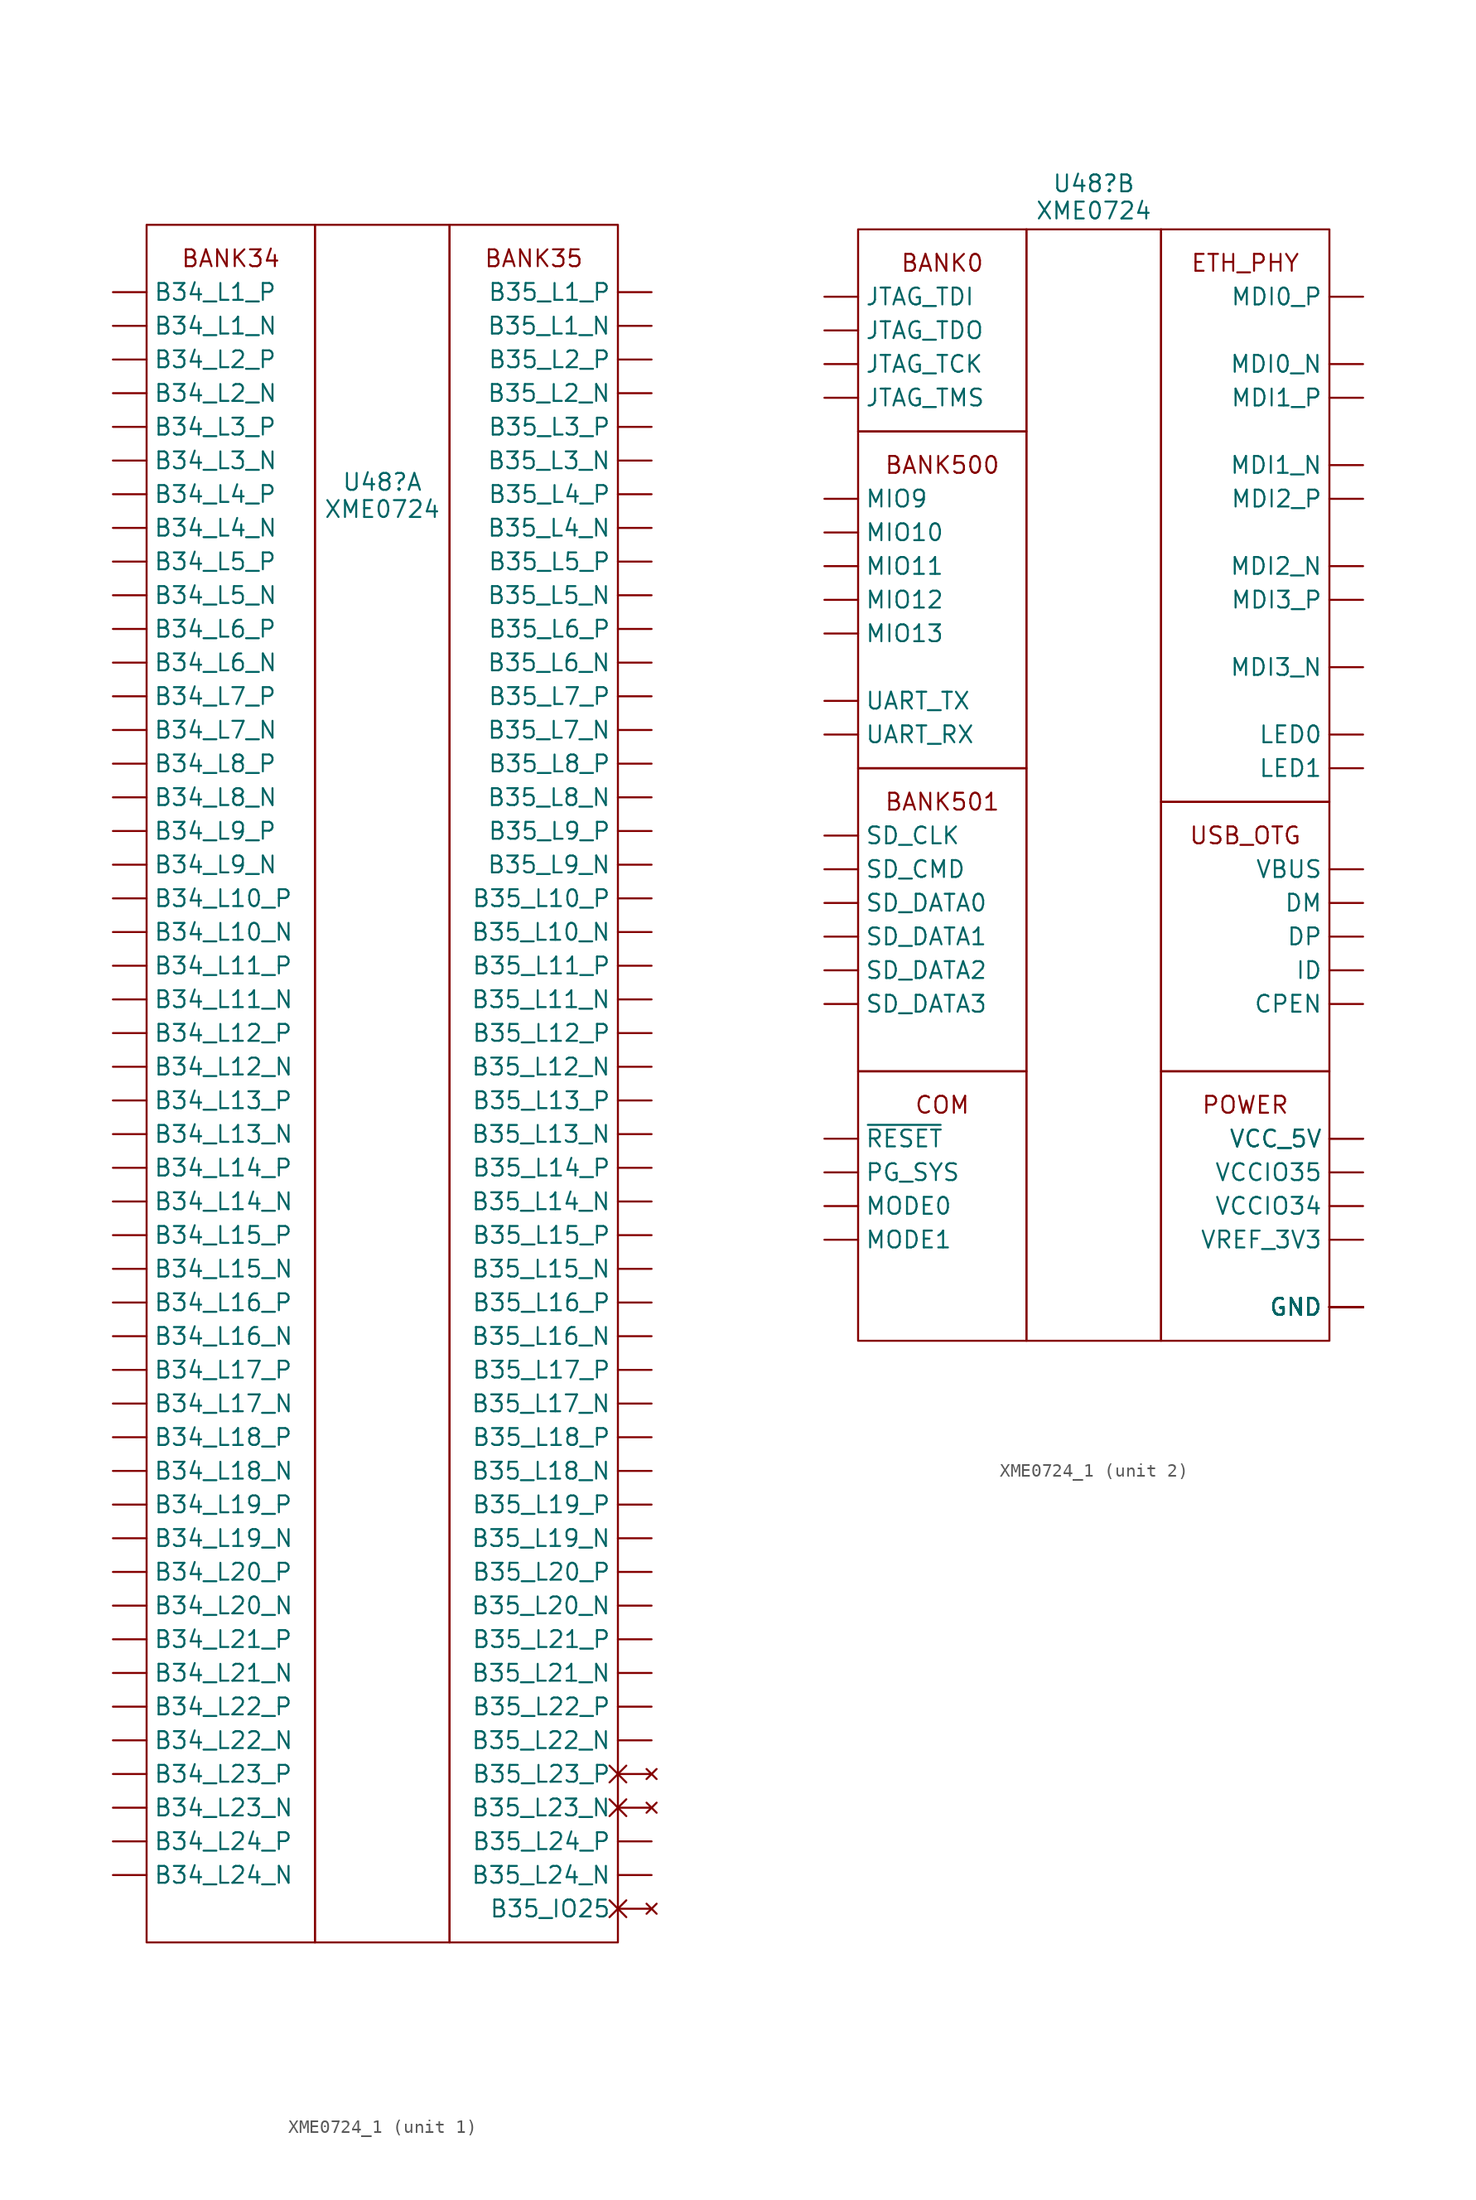
<source format=kicad_sym>
(kicad_symbol_lib
  (version 20241209)
  (generator "kicad_symbol_editor")
  (generator_version "9.0")
  (symbol "XME0724_1"
    (pin_numbers
      (hide yes))
    (property "Reference" "U48"
      (at 0 45.363 0)
      (effects (font (size 1.27 1.27))))
    (property "Value" "XME0724"
      (at 0 43.315 0)
      (effects (font (size 1.27 1.27))))
    (property "ki_locked" ""
      (at 0 0 0)
      (effects (font (size 1.27 1.27))))
    (symbol "XME0724_1_1_1"
      (unit_name "FPGA")
      (rectangle (start -17.78 64.77) (end -5.08 -64.77) (stroke (width 0) (type default)) (fill (type none)))
      (rectangle (start -5.08 64.77) (end 5.08 -64.77) (stroke (width 0) (type default)) (fill (type none)))
      (rectangle (start 5.08 64.77) (end 17.78 -64.77) (stroke (width 0) (type default)) (fill (type none)))
      (text "BANK34" (at -11.43 62.23 0) (effects (font (size 1.27 1.27))))
      (text "BANK35" (at 11.43 62.23 0) (effects (font (size 1.27 1.27))))
      (pin bidirectional line (at -20.32 59.69 0) (length 2.54) (name "B34_L1_P" (effects (font (size 1.27 1.27)))) (number "2" (effects (font (size 1.27 1.27)))))
      (pin bidirectional line (at -20.32 57.15 0) (length 2.54) (name "B34_L1_N" (effects (font (size 1.27 1.27)))) (number "3" (effects (font (size 1.27 1.27)))))
      (pin bidirectional line (at -20.32 54.61 0) (length 2.54) (name "B34_L2_P" (effects (font (size 1.27 1.27)))) (number "4" (effects (font (size 1.27 1.27)))))
      (pin bidirectional line (at -20.32 52.07 0) (length 2.54) (name "B34_L2_N" (effects (font (size 1.27 1.27)))) (number "5" (effects (font (size 1.27 1.27)))))
      (pin bidirectional line (at -20.32 49.53 0) (length 2.54) (name "B34_L3_P" (effects (font (size 1.27 1.27)))) (number "7" (effects (font (size 1.27 1.27)))))
      (pin bidirectional line (at -20.32 46.99 0) (length 2.54) (name "B34_L3_N" (effects (font (size 1.27 1.27)))) (number "8" (effects (font (size 1.27 1.27)))))
      (pin bidirectional line (at -20.32 44.45 0) (length 2.54) (name "B34_L4_P" (effects (font (size 1.27 1.27)))) (number "9" (effects (font (size 1.27 1.27)))))
      (pin bidirectional line (at -20.32 41.91 0) (length 2.54) (name "B34_L4_N" (effects (font (size 1.27 1.27)))) (number "10" (effects (font (size 1.27 1.27)))))
      (pin bidirectional line (at -20.32 39.37 0) (length 2.54) (name "B34_L5_P" (effects (font (size 1.27 1.27)))) (number "14" (effects (font (size 1.27 1.27)))))
      (pin bidirectional line (at -20.32 36.83 0) (length 2.54) (name "B34_L5_N" (effects (font (size 1.27 1.27)))) (number "15" (effects (font (size 1.27 1.27)))))
      (pin bidirectional line (at -20.32 34.29 0) (length 2.54) (name "B34_L6_P" (effects (font (size 1.27 1.27)))) (number "12" (effects (font (size 1.27 1.27)))))
      (pin bidirectional line (at -20.32 31.75 0) (length 2.54) (name "B34_L6_N" (effects (font (size 1.27 1.27)))) (number "13" (effects (font (size 1.27 1.27)))))
      (pin bidirectional line (at -20.32 29.21 0) (length 2.54) (name "B34_L7_P" (effects (font (size 1.27 1.27)))) (number "29" (effects (font (size 1.27 1.27)))))
      (pin bidirectional line (at -20.32 26.67 0) (length 2.54) (name "B34_L7_N" (effects (font (size 1.27 1.27)))) (number "30" (effects (font (size 1.27 1.27)))))
      (pin bidirectional line (at -20.32 24.13 0) (length 2.54) (name "B34_L8_P" (effects (font (size 1.27 1.27)))) (number "17" (effects (font (size 1.27 1.27)))))
      (pin bidirectional line (at -20.32 21.59 0) (length 2.54) (name "B34_L8_N" (effects (font (size 1.27 1.27)))) (number "18" (effects (font (size 1.27 1.27)))))
      (pin bidirectional line (at -20.32 19.05 0) (length 2.54) (name "B34_L9_P" (effects (font (size 1.27 1.27)))) (number "27" (effects (font (size 1.27 1.27)))))
      (pin bidirectional line (at -20.32 16.51 0) (length 2.54) (name "B34_L9_N" (effects (font (size 1.27 1.27)))) (number "28" (effects (font (size 1.27 1.27)))))
      (pin bidirectional line (at -20.32 13.97 0) (length 2.54) (name "B34_L10_P" (effects (font (size 1.27 1.27)))) (number "22" (effects (font (size 1.27 1.27)))))
      (pin bidirectional line (at -20.32 11.43 0) (length 2.54) (name "B34_L10_N" (effects (font (size 1.27 1.27)))) (number "23" (effects (font (size 1.27 1.27)))))
      (pin bidirectional line (at -20.32 8.89 0) (length 2.54) (name "B34_L11_P" (effects (font (size 1.27 1.27)))) (number "19" (effects (font (size 1.27 1.27)))))
      (pin bidirectional line (at -20.32 6.35 0) (length 2.54) (name "B34_L11_N" (effects (font (size 1.27 1.27)))) (number "20" (effects (font (size 1.27 1.27)))))
      (pin bidirectional line (at -20.32 3.81 0) (length 2.54) (name "B34_L12_P" (effects (font (size 1.27 1.27)))) (number "42" (effects (font (size 1.27 1.27)))))
      (pin bidirectional line (at -20.32 1.27 0) (length 2.54) (name "B34_L12_N" (effects (font (size 1.27 1.27)))) (number "43" (effects (font (size 1.27 1.27)))))
      (pin bidirectional line (at -20.32 -1.27 0) (length 2.54) (name "B34_L13_P" (effects (font (size 1.27 1.27)))) (number "59" (effects (font (size 1.27 1.27)))))
      (pin bidirectional line (at -20.32 -3.81 0) (length 2.54) (name "B34_L13_N" (effects (font (size 1.27 1.27)))) (number "60" (effects (font (size 1.27 1.27)))))
      (pin bidirectional line (at -20.32 -6.35 0) (length 2.54) (name "B34_L14_P" (effects (font (size 1.27 1.27)))) (number "57" (effects (font (size 1.27 1.27)))))
      (pin bidirectional line (at -20.32 -8.89 0) (length 2.54) (name "B34_L14_N" (effects (font (size 1.27 1.27)))) (number "58" (effects (font (size 1.27 1.27)))))
      (pin bidirectional line (at -20.32 -11.43 0) (length 2.54) (name "B34_L15_P" (effects (font (size 1.27 1.27)))) (number "44" (effects (font (size 1.27 1.27)))))
      (pin bidirectional line (at -20.32 -13.97 0) (length 2.54) (name "B34_L15_N" (effects (font (size 1.27 1.27)))) (number "45" (effects (font (size 1.27 1.27)))))
      (pin bidirectional line (at -20.32 -16.51 0) (length 2.54) (name "B34_L16_P" (effects (font (size 1.27 1.27)))) (number "39" (effects (font (size 1.27 1.27)))))
      (pin bidirectional line (at -20.32 -19.05 0) (length 2.54) (name "B34_L16_N" (effects (font (size 1.27 1.27)))) (number "40" (effects (font (size 1.27 1.27)))))
      (pin bidirectional line (at -20.32 -21.59 0) (length 2.54) (name "B34_L17_P" (effects (font (size 1.27 1.27)))) (number "34" (effects (font (size 1.27 1.27)))))
      (pin bidirectional line (at -20.32 -24.13 0) (length 2.54) (name "B34_L17_N" (effects (font (size 1.27 1.27)))) (number "35" (effects (font (size 1.27 1.27)))))
      (pin bidirectional line (at -20.32 -26.67 0) (length 2.54) (name "B34_L18_P" (effects (font (size 1.27 1.27)))) (number "24" (effects (font (size 1.27 1.27)))))
      (pin bidirectional line (at -20.32 -29.21 0) (length 2.54) (name "B34_L18_N" (effects (font (size 1.27 1.27)))) (number "25" (effects (font (size 1.27 1.27)))))
      (pin bidirectional line (at -20.32 -31.75 0) (length 2.54) (name "B34_L19_P" (effects (font (size 1.27 1.27)))) (number "52" (effects (font (size 1.27 1.27)))))
      (pin bidirectional line (at -20.32 -34.29 0) (length 2.54) (name "B34_L19_N" (effects (font (size 1.27 1.27)))) (number "53" (effects (font (size 1.27 1.27)))))
      (pin bidirectional line (at -20.32 -36.83 0) (length 2.54) (name "B34_L20_P" (effects (font (size 1.27 1.27)))) (number "47" (effects (font (size 1.27 1.27)))))
      (pin bidirectional line (at -20.32 -39.37 0) (length 2.54) (name "B34_L20_N" (effects (font (size 1.27 1.27)))) (number "48" (effects (font (size 1.27 1.27)))))
      (pin bidirectional line (at -20.32 -41.91 0) (length 2.54) (name "B34_L21_P" (effects (font (size 1.27 1.27)))) (number "32" (effects (font (size 1.27 1.27)))))
      (pin bidirectional line (at -20.32 -44.45 0) (length 2.54) (name "B34_L21_N" (effects (font (size 1.27 1.27)))) (number "33" (effects (font (size 1.27 1.27)))))
      (pin bidirectional line (at -20.32 -46.99 0) (length 2.54) (name "B34_L22_P" (effects (font (size 1.27 1.27)))) (number "37" (effects (font (size 1.27 1.27)))))
      (pin bidirectional line (at -20.32 -49.53 0) (length 2.54) (name "B34_L22_N" (effects (font (size 1.27 1.27)))) (number "38" (effects (font (size 1.27 1.27)))))
      (pin bidirectional line (at -20.32 -52.07 0) (length 2.54) (name "B34_L23_P" (effects (font (size 1.27 1.27)))) (number "49" (effects (font (size 1.27 1.27)))))
      (pin bidirectional line (at -20.32 -54.61 0) (length 2.54) (name "B34_L23_N" (effects (font (size 1.27 1.27)))) (number "50" (effects (font (size 1.27 1.27)))))
      (pin bidirectional line (at -20.32 -57.15 0) (length 2.54) (name "B34_L24_P" (effects (font (size 1.27 1.27)))) (number "54" (effects (font (size 1.27 1.27)))))
      (pin bidirectional line (at -20.32 -59.69 0) (length 2.54) (name "B34_L24_N" (effects (font (size 1.27 1.27)))) (number "55" (effects (font (size 1.27 1.27)))))
      (pin bidirectional line (at 20.32 59.69 180) (length 2.54) (name "B35_L1_P" (effects (font (size 1.27 1.27)))) (number "112" (effects (font (size 1.27 1.27)))))
      (pin bidirectional line (at 20.32 57.15 180) (length 2.54) (name "B35_L1_N" (effects (font (size 1.27 1.27)))) (number "113" (effects (font (size 1.27 1.27)))))
      (pin bidirectional line (at 20.32 54.61 180) (length 2.54) (name "B35_L2_P" (effects (font (size 1.27 1.27)))) (number "107" (effects (font (size 1.27 1.27)))))
      (pin bidirectional line (at 20.32 52.07 180) (length 2.54) (name "B35_L2_N" (effects (font (size 1.27 1.27)))) (number "108" (effects (font (size 1.27 1.27)))))
      (pin bidirectional line (at 20.32 49.53 180) (length 2.54) (name "B35_L3_P" (effects (font (size 1.27 1.27)))) (number "117" (effects (font (size 1.27 1.27)))))
      (pin bidirectional line (at 20.32 46.99 180) (length 2.54) (name "B35_L3_N" (effects (font (size 1.27 1.27)))) (number "118" (effects (font (size 1.27 1.27)))))
      (pin bidirectional line (at 20.32 44.45 180) (length 2.54) (name "B35_L4_P" (effects (font (size 1.27 1.27)))) (number "99" (effects (font (size 1.27 1.27)))))
      (pin bidirectional line (at 20.32 41.91 180) (length 2.54) (name "B35_L4_N" (effects (font (size 1.27 1.27)))) (number "100" (effects (font (size 1.27 1.27)))))
      (pin bidirectional line (at 20.32 39.37 180) (length 2.54) (name "B35_L5_P" (effects (font (size 1.27 1.27)))) (number "114" (effects (font (size 1.27 1.27)))))
      (pin bidirectional line (at 20.32 36.83 180) (length 2.54) (name "B35_L5_N" (effects (font (size 1.27 1.27)))) (number "115" (effects (font (size 1.27 1.27)))))
      (pin bidirectional line (at 20.32 34.29 180) (length 2.54) (name "B35_L6_P" (effects (font (size 1.27 1.27)))) (number "102" (effects (font (size 1.27 1.27)))))
      (pin bidirectional line (at 20.32 31.75 180) (length 2.54) (name "B35_L6_N" (effects (font (size 1.27 1.27)))) (number "103" (effects (font (size 1.27 1.27)))))
      (pin bidirectional line (at 20.32 29.21 180) (length 2.54) (name "B35_L7_P" (effects (font (size 1.27 1.27)))) (number "77" (effects (font (size 1.27 1.27)))))
      (pin bidirectional line (at 20.32 26.67 180) (length 2.54) (name "B35_L7_N" (effects (font (size 1.27 1.27)))) (number "78" (effects (font (size 1.27 1.27)))))
      (pin bidirectional line (at 20.32 24.13 180) (length 2.54) (name "B35_L8_P" (effects (font (size 1.27 1.27)))) (number "82" (effects (font (size 1.27 1.27)))))
      (pin bidirectional line (at 20.32 21.59 180) (length 2.54) (name "B35_L8_N" (effects (font (size 1.27 1.27)))) (number "83" (effects (font (size 1.27 1.27)))))
      (pin bidirectional line (at 20.32 19.05 180) (length 2.54) (name "B35_L9_P" (effects (font (size 1.27 1.27)))) (number "79" (effects (font (size 1.27 1.27)))))
      (pin bidirectional line (at 20.32 16.51 180) (length 2.54) (name "B35_L9_N" (effects (font (size 1.27 1.27)))) (number "80" (effects (font (size 1.27 1.27)))))
      (pin bidirectional line (at 20.32 13.97 180) (length 2.54) (name "B35_L10_P" (effects (font (size 1.27 1.27)))) (number "87" (effects (font (size 1.27 1.27)))))
      (pin bidirectional line (at 20.32 11.43 180) (length 2.54) (name "B35_L10_N" (effects (font (size 1.27 1.27)))) (number "88" (effects (font (size 1.27 1.27)))))
      (pin bidirectional line (at 20.32 8.89 180) (length 2.54) (name "B35_L11_P" (effects (font (size 1.27 1.27)))) (number "112" (effects (font (size 1.27 1.27)))))
      (pin bidirectional line (at 20.32 6.35 180) (length 2.54) (name "B35_L11_N" (effects (font (size 1.27 1.27)))) (number "113" (effects (font (size 1.27 1.27)))))
      (pin bidirectional line (at 20.32 3.81 180) (length 2.54) (name "B35_L12_P" (effects (font (size 1.27 1.27)))) (number "67" (effects (font (size 1.27 1.27)))))
      (pin bidirectional line (at 20.32 1.27 180) (length 2.54) (name "B35_L12_N" (effects (font (size 1.27 1.27)))) (number "68" (effects (font (size 1.27 1.27)))))
      (pin bidirectional line (at 20.32 -1.27 180) (length 2.54) (name "B35_L13_P" (effects (font (size 1.27 1.27)))) (number "74" (effects (font (size 1.27 1.27)))))
      (pin bidirectional line (at 20.32 -3.81 180) (length 2.54) (name "B35_L13_N" (effects (font (size 1.27 1.27)))) (number "75" (effects (font (size 1.27 1.27)))))
      (pin bidirectional line (at 20.32 -6.35 180) (length 2.54) (name "B35_L14_P" (effects (font (size 1.27 1.27)))) (number "89" (effects (font (size 1.27 1.27)))))
      (pin bidirectional line (at 20.32 -8.89 180) (length 2.54) (name "B35_L14_N" (effects (font (size 1.27 1.27)))) (number "90" (effects (font (size 1.27 1.27)))))
      (pin bidirectional line (at 20.32 -11.43 180) (length 2.54) (name "B35_L15_P" (effects (font (size 1.27 1.27)))) (number "97" (effects (font (size 1.27 1.27)))))
      (pin bidirectional line (at 20.32 -13.97 180) (length 2.54) (name "B35_L15_N" (effects (font (size 1.27 1.27)))) (number "98" (effects (font (size 1.27 1.27)))))
      (pin bidirectional line (at 20.32 -16.51 180) (length 2.54) (name "B35_L16_P" (effects (font (size 1.27 1.27)))) (number "94" (effects (font (size 1.27 1.27)))))
      (pin bidirectional line (at 20.32 -19.05 180) (length 2.54) (name "B35_L16_N" (effects (font (size 1.27 1.27)))) (number "95" (effects (font (size 1.27 1.27)))))
      (pin bidirectional line (at 20.32 -21.59 180) (length 2.54) (name "B35_L17_P" (effects (font (size 1.27 1.27)))) (number "72" (effects (font (size 1.27 1.27)))))
      (pin bidirectional line (at 20.32 -24.13 180) (length 2.54) (name "B35_L17_N" (effects (font (size 1.27 1.27)))) (number "73" (effects (font (size 1.27 1.27)))))
      (pin bidirectional line (at 20.32 -26.67 180) (length 2.54) (name "B35_L18_P" (effects (font (size 1.27 1.27)))) (number "92" (effects (font (size 1.27 1.27)))))
      (pin bidirectional line (at 20.32 -29.21 180) (length 2.54) (name "B35_L18_N" (effects (font (size 1.27 1.27)))) (number "93" (effects (font (size 1.27 1.27)))))
      (pin bidirectional line (at 20.32 -31.75 180) (length 2.54) (name "B35_L19_P" (effects (font (size 1.27 1.27)))) (number "104" (effects (font (size 1.27 1.27)))))
      (pin bidirectional line (at 20.32 -34.29 180) (length 2.54) (name "B35_L19_N" (effects (font (size 1.27 1.27)))) (number "105" (effects (font (size 1.27 1.27)))))
      (pin bidirectional line (at 20.32 -36.83 180) (length 2.54) (name "B35_L20_P" (effects (font (size 1.27 1.27)))) (number "109" (effects (font (size 1.27 1.27)))))
      (pin bidirectional line (at 20.32 -39.37 180) (length 2.54) (name "B35_L20_N" (effects (font (size 1.27 1.27)))) (number "110" (effects (font (size 1.27 1.27)))))
      (pin bidirectional line (at 20.32 -41.91 180) (length 2.54) (name "B35_L21_P" (effects (font (size 1.27 1.27)))) (number "62" (effects (font (size 1.27 1.27)))))
      (pin bidirectional line (at 20.32 -44.45 180) (length 2.54) (name "B35_L21_N" (effects (font (size 1.27 1.27)))) (number "63" (effects (font (size 1.27 1.27)))))
      (pin bidirectional line (at 20.32 -46.99 180) (length 2.54) (name "B35_L22_P" (effects (font (size 1.27 1.27)))) (number "64" (effects (font (size 1.27 1.27)))))
      (pin bidirectional line (at 20.32 -49.53 180) (length 2.54) (name "B35_L22_N" (effects (font (size 1.27 1.27)))) (number "65" (effects (font (size 1.27 1.27)))))
      (pin no_connect non_logic (at 20.32 -52.07 180) (length 2.54) (name "B35_L23_P" (effects (font (size 1.27 1.27)))) (number "x1" (effects (font (size 1.27 1.27)))))
      (pin no_connect non_logic (at 20.32 -54.61 180) (length 2.54) (name "B35_L23_N" (effects (font (size 1.27 1.27)))) (number "x2" (effects (font (size 1.27 1.27)))))
      (pin bidirectional line (at 20.32 -57.15 180) (length 2.54) (name "B35_L24_P" (effects (font (size 1.27 1.27)))) (number "69" (effects (font (size 1.27 1.27)))))
      (pin bidirectional line (at 20.32 -59.69 180) (length 2.54) (name "B35_L24_N" (effects (font (size 1.27 1.27)))) (number "70" (effects (font (size 1.27 1.27)))))
      (pin no_connect non_logic (at 20.32 -62.23 180) (length 2.54) (name "B35_IO25" (effects (font (size 1.27 1.27)))) (number "x3" (effects (font (size 1.27 1.27))))))
    (symbol "XME0724_1_2_1"
      (unit_name "ARM")
      (rectangle (start -17.78 41.91) (end -5.08 26.67) (stroke (width 0) (type default)) (fill (type none)))
      (rectangle (start -17.78 26.67) (end -5.08 1.27) (stroke (width 0) (type default)) (fill (type none)))
      (rectangle (start -17.78 1.27) (end -5.08 -21.59) (stroke (width 0) (type default)) (fill (type none)))
      (rectangle (start -17.78 -21.59) (end -5.08 -41.91) (stroke (width 0) (type default)) (fill (type none)))
      (rectangle (start -5.08 41.91) (end 5.08 -41.91) (stroke (width 0) (type default)) (fill (type none)))
      (rectangle (start 5.08 -1.27) (end 17.78 41.91) (stroke (width 0) (type default)) (fill (type none)))
      (rectangle (start 5.08 -1.27) (end 17.78 -21.59) (stroke (width 0) (type default)) (fill (type none)))
      (rectangle (start 5.08 -21.59) (end 17.78 -41.91) (stroke (width 0) (type default)) (fill (type none)))
      (text "BANK0" (at -11.43 39.37 0) (effects (font (size 1.27 1.27))))
      (text "BANK500" (at -11.43 24.13 0) (effects (font (size 1.27 1.27))))
      (text "BANK501" (at -11.43 -1.27 0) (effects (font (size 1.27 1.27))))
      (text "COM" (at -11.43 -24.13 0) (effects (font (size 1.27 1.27))))
      (text "ETH_PHY" (at 11.43 39.37 0) (effects (font (size 1.27 1.27))))
      (text "USB_OTG" (at 11.43 -3.81 0) (effects (font (size 1.27 1.27))))
      (text "POWER" (at 11.43 -24.13 0) (effects (font (size 1.27 1.27))))
      (pin input line (at -20.32 36.83 0) (length 2.54) (name "JTAG_TDI" (effects (font (size 1.27 1.27)))) (number "153" (effects (font (size 1.27 1.27)))))
      (pin output line (at -20.32 34.29 0) (length 2.54) (name "JTAG_TDO" (effects (font (size 1.27 1.27)))) (number "154" (effects (font (size 1.27 1.27)))))
      (pin input line (at -20.32 31.75 0) (length 2.54) (name "JTAG_TCK" (effects (font (size 1.27 1.27)))) (number "155" (effects (font (size 1.27 1.27)))))
      (pin input line (at -20.32 29.21 0) (length 2.54) (name "JTAG_TMS" (effects (font (size 1.27 1.27)))) (number "156" (effects (font (size 1.27 1.27)))))
      (pin bidirectional line (at -20.32 21.59 0) (length 2.54) (name "MIO9" (effects (font (size 1.27 1.27)))) (number "145" (effects (font (size 1.27 1.27)))))
      (pin bidirectional line (at -20.32 19.05 0) (length 2.54) (name "MIO10" (effects (font (size 1.27 1.27)))) (number "146" (effects (font (size 1.27 1.27)))))
      (pin bidirectional line (at -20.32 16.51 0) (length 2.54) (name "MIO11" (effects (font (size 1.27 1.27)))) (number "147" (effects (font (size 1.27 1.27)))))
      (pin bidirectional line (at -20.32 13.97 0) (length 2.54) (name "MIO12" (effects (font (size 1.27 1.27)))) (number "148" (effects (font (size 1.27 1.27)))))
      (pin bidirectional line (at -20.32 11.43 0) (length 2.54) (name "MIO13" (effects (font (size 1.27 1.27)))) (number "149" (effects (font (size 1.27 1.27)))))
      (pin output line (at -20.32 6.35 0) (length 2.54) (name "UART_TX" (effects (font (size 1.27 1.27)))) (number "151" (effects (font (size 1.27 1.27)))))
      (pin input line (at -20.32 3.81 0) (length 2.54) (name "UART_RX" (effects (font (size 1.27 1.27)))) (number "150" (effects (font (size 1.27 1.27)))))
      (pin output line (at -20.32 -3.81 0) (length 2.54) (name "SD_CLK" (effects (font (size 1.27 1.27)))) (number "139" (effects (font (size 1.27 1.27)))))
      (pin bidirectional line (at -20.32 -6.35 0) (length 2.54) (name "SD_CMD" (effects (font (size 1.27 1.27)))) (number "140" (effects (font (size 1.27 1.27)))))
      (pin bidirectional line (at -20.32 -8.89 0) (length 2.54) (name "SD_DATA0" (effects (font (size 1.27 1.27)))) (number "141" (effects (font (size 1.27 1.27)))))
      (pin bidirectional line (at -20.32 -11.43 0) (length 2.54) (name "SD_DATA1" (effects (font (size 1.27 1.27)))) (number "142" (effects (font (size 1.27 1.27)))))
      (pin bidirectional line (at -20.32 -13.97 0) (length 2.54) (name "SD_DATA2" (effects (font (size 1.27 1.27)))) (number "143" (effects (font (size 1.27 1.27)))))
      (pin bidirectional line (at -20.32 -16.51 0) (length 2.54) (name "SD_DATA3" (effects (font (size 1.27 1.27)))) (number "144" (effects (font (size 1.27 1.27)))))
      (pin input line (at -20.32 -26.67 0) (length 2.54) (name "~{RESET}" (effects (font (size 1.27 1.27)))) (number "157" (effects (font (size 1.27 1.27)))))
      (pin output line (at -20.32 -29.21 0) (length 2.54) (name "PG_SYS" (effects (font (size 1.27 1.27)))) (number "158" (effects (font (size 1.27 1.27)))))
      (pin input line (at -20.32 -31.75 0) (length 2.54) (name "MODE0" (effects (font (size 1.27 1.27)))) (number "119" (effects (font (size 1.27 1.27)))))
      (pin input line (at -20.32 -34.29 0) (length 2.54) (name "MODE1" (effects (font (size 1.27 1.27)))) (number "120" (effects (font (size 1.27 1.27)))))
      (pin bidirectional line (at 20.32 36.83 180) (length 2.54) (name "MDI0_P" (effects (font (size 1.27 1.27)))) (number "137" (effects (font (size 1.27 1.27)))))
      (pin bidirectional line (at 20.32 31.75 180) (length 2.54) (name "MDI0_N" (effects (font (size 1.27 1.27)))) (number "136" (effects (font (size 1.27 1.27)))))
      (pin bidirectional line (at 20.32 29.21 180) (length 2.54) (name "MDI1_P" (effects (font (size 1.27 1.27)))) (number "135" (effects (font (size 1.27 1.27)))))
      (pin bidirectional line (at 20.32 24.13 180) (length 2.54) (name "MDI1_N" (effects (font (size 1.27 1.27)))) (number "134" (effects (font (size 1.27 1.27)))))
      (pin bidirectional line (at 20.32 21.59 180) (length 2.54) (name "MDI2_P" (effects (font (size 1.27 1.27)))) (number "132" (effects (font (size 1.27 1.27)))))
      (pin bidirectional line (at 20.32 16.51 180) (length 2.54) (name "MDI2_N" (effects (font (size 1.27 1.27)))) (number "131" (effects (font (size 1.27 1.27)))))
      (pin bidirectional line (at 20.32 13.97 180) (length 2.54) (name "MDI3_P" (effects (font (size 1.27 1.27)))) (number "130" (effects (font (size 1.27 1.27)))))
      (pin bidirectional line (at 20.32 8.89 180) (length 2.54) (name "MDI3_N" (effects (font (size 1.27 1.27)))) (number "129" (effects (font (size 1.27 1.27)))))
      (pin output line (at 20.32 3.81 180) (length 2.54) (name "LED0" (effects (font (size 1.27 1.27)))) (number "127" (effects (font (size 1.27 1.27)))))
      (pin output line (at 20.32 1.27 180) (length 2.54) (name "LED1" (effects (font (size 1.27 1.27)))) (number "126" (effects (font (size 1.27 1.27)))))
      (pin power_in line (at 20.32 -6.35 180) (length 2.54) (name "VBUS" (effects (font (size 1.27 1.27)))) (number "124" (effects (font (size 1.27 1.27)))))
      (pin bidirectional line (at 20.32 -8.89 180) (length 2.54) (name "DM" (effects (font (size 1.27 1.27)))) (number "123" (effects (font (size 1.27 1.27)))))
      (pin bidirectional line (at 20.32 -11.43 180) (length 2.54) (name "DP" (effects (font (size 1.27 1.27)))) (number "122" (effects (font (size 1.27 1.27)))))
      (pin bidirectional line (at 20.32 -13.97 180) (length 2.54) (name "ID" (effects (font (size 1.27 1.27)))) (number "125" (effects (font (size 1.27 1.27)))))
      (pin input line (at 20.32 -16.51 180) (length 2.54) (name "CPEN" (effects (font (size 1.27 1.27)))) (number "121" (effects (font (size 1.27 1.27)))))
      (pin power_in line (at 20.32 -26.67 180) (length 2.54) (name "VCC_5V" (effects (font (size 1.27 1.27)))) (number "159" (effects (font (size 1.27 1.27)))))
      (pin power_in line (at 20.32 -26.67 180) (length 2.54) (name "VCC_5V" (effects (font (size 1.27 1.27)))) (number "160" (effects (font (size 1.27 1.27)))))
      (pin power_in line (at 20.32 -29.21 180) (length 2.54) (name "VCCIO35" (effects (font (size 1.27 1.27)))) (number "71" (effects (font (size 1.27 1.27)))))
      (pin power_in line (at 20.32 -31.75 180) (length 2.54) (name "VCCIO34" (effects (font (size 1.27 1.27)))) (number "31" (effects (font (size 1.27 1.27)))))
      (pin power_out line (at 20.32 -34.29 180) (length 2.54) (name "VREF_3V3" (effects (font (size 1.27 1.27)))) (number "152" (effects (font (size 1.27 1.27)))))
      (pin power_in line (at 20.32 -39.37 180) (length 2.54) (name "GND" (effects (font (size 1.27 1.27)))) (number "1" (effects (font (size 1.27 1.27)))))
      (pin power_in line (at 20.32 -39.37 180) (length 2.54) (name "GND" (effects (font (size 1.27 1.27)))) (number "101" (effects (font (size 1.27 1.27)))))
      (pin power_in line (at 20.32 -39.37 180) (length 2.54) (name "GND" (effects (font (size 1.27 1.27)))) (number "106" (effects (font (size 1.27 1.27)))))
      (pin power_in line (at 20.32 -39.37 180) (length 2.54) (name "GND" (effects (font (size 1.27 1.27)))) (number "11" (effects (font (size 1.27 1.27)))))
      (pin power_in line (at 20.32 -39.37 180) (length 2.54) (name "GND" (effects (font (size 1.27 1.27)))) (number "111" (effects (font (size 1.27 1.27)))))
      (pin power_in line (at 20.32 -39.37 180) (length 2.54) (name "GND" (effects (font (size 1.27 1.27)))) (number "116" (effects (font (size 1.27 1.27)))))
      (pin power_in line (at 20.32 -39.37 180) (length 2.54) (name "GND" (effects (font (size 1.27 1.27)))) (number "128" (effects (font (size 1.27 1.27)))))
      (pin power_in line (at 20.32 -39.37 180) (length 2.54) (name "GND" (effects (font (size 1.27 1.27)))) (number "133" (effects (font (size 1.27 1.27)))))
      (pin power_in line (at 20.32 -39.37 180) (length 2.54) (name "GND" (effects (font (size 1.27 1.27)))) (number "138" (effects (font (size 1.27 1.27)))))
      (pin power_in line (at 20.32 -39.37 180) (length 2.54) (name "GND" (effects (font (size 1.27 1.27)))) (number "16" (effects (font (size 1.27 1.27)))))
      (pin power_in line (at 20.32 -39.37 180) (length 2.54) (name "GND" (effects (font (size 1.27 1.27)))) (number "21" (effects (font (size 1.27 1.27)))))
      (pin power_in line (at 20.32 -39.37 180) (length 2.54) (name "GND" (effects (font (size 1.27 1.27)))) (number "26" (effects (font (size 1.27 1.27)))))
      (pin power_in line (at 20.32 -39.37 180) (length 2.54) (name "GND" (effects (font (size 1.27 1.27)))) (number "36" (effects (font (size 1.27 1.27)))))
      (pin power_in line (at 20.32 -39.37 180) (length 2.54) (name "GND" (effects (font (size 1.27 1.27)))) (number "41" (effects (font (size 1.27 1.27)))))
      (pin power_in line (at 20.32 -39.37 180) (length 2.54) (name "GND" (effects (font (size 1.27 1.27)))) (number "46" (effects (font (size 1.27 1.27)))))
      (pin power_in line (at 20.32 -39.37 180) (length 2.54) (name "GND" (effects (font (size 1.27 1.27)))) (number "51" (effects (font (size 1.27 1.27)))))
      (pin power_in line (at 20.32 -39.37 180) (length 2.54) (name "GND" (effects (font (size 1.27 1.27)))) (number "56" (effects (font (size 1.27 1.27)))))
      (pin power_in line (at 20.32 -39.37 180) (length 2.54) (name "GND" (effects (font (size 1.27 1.27)))) (number "6" (effects (font (size 1.27 1.27)))))
      (pin power_in line (at 20.32 -39.37 180) (length 2.54) (name "GND" (effects (font (size 1.27 1.27)))) (number "61" (effects (font (size 1.27 1.27)))))
      (pin power_in line (at 20.32 -39.37 180) (length 2.54) (name "GND" (effects (font (size 1.27 1.27)))) (number "66" (effects (font (size 1.27 1.27)))))
      (pin power_in line (at 20.32 -39.37 180) (length 2.54) (name "GND" (effects (font (size 1.27 1.27)))) (number "76" (effects (font (size 1.27 1.27)))))
      (pin power_in line (at 20.32 -39.37 180) (length 2.54) (name "GND" (effects (font (size 1.27 1.27)))) (number "81" (effects (font (size 1.27 1.27)))))
      (pin power_in line (at 20.32 -39.37 180) (length 2.54) (name "GND" (effects (font (size 1.27 1.27)))) (number "86" (effects (font (size 1.27 1.27)))))
      (pin power_in line (at 20.32 -39.37 180) (length 2.54) (name "GND" (effects (font (size 1.27 1.27)))) (number "91" (effects (font (size 1.27 1.27)))))
      (pin power_in line (at 20.32 -39.37 180) (length 2.54) (name "GND" (effects (font (size 1.27 1.27)))) (number "96" (effects (font (size 1.27 1.27))))))))
</source>
